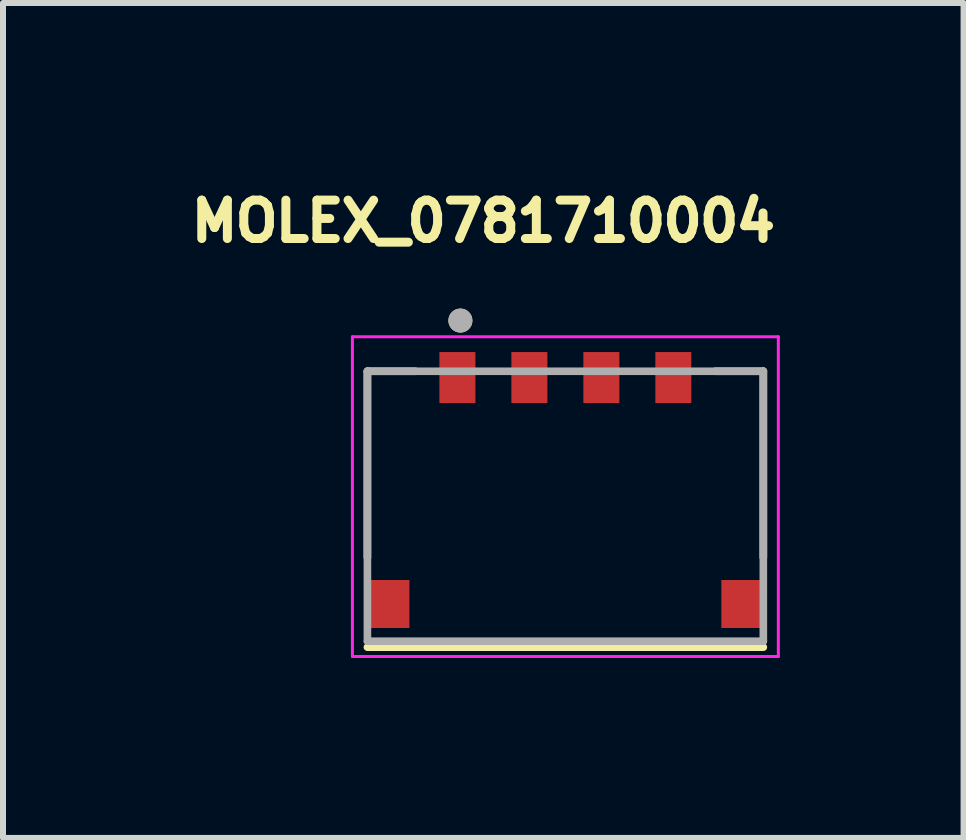
<source format=kicad_pcb>
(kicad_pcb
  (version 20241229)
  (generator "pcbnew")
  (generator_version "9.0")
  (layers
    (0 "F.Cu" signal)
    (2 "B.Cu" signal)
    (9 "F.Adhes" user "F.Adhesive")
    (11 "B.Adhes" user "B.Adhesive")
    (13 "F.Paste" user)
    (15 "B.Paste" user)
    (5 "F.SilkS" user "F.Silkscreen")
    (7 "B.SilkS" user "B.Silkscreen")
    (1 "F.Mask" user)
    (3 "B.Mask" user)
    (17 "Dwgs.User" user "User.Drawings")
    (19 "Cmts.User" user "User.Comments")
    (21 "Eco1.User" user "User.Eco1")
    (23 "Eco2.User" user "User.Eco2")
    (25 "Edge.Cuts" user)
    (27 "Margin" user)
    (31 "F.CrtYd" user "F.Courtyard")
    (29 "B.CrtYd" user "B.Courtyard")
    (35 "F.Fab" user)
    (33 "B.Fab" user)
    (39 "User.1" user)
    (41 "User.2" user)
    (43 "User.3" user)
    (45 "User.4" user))
  (footprint "MOLEX_0781710004"
    (layer "F.Cu")
    (at 6.375 3.244)
    (property "Reference" "MOLEX_0781710004" (at -1.368 -2.606 0) (layer "F.SilkS") (effects (font (size 0.64 0.64) (thickness 0.15))))
    (attr through_hole)
    (fp_line (start -3.3 -0.105) (end -3.3 3) (stroke (width 0.127) (type solid)) (layer "F.SilkS"))
    (fp_line (start -3.3 4.495) (end 3.3 4.495) (stroke (width 0.127) (type solid)) (layer "F.SilkS"))
    (fp_line (start -2.5 -0.105) (end -3.3 -0.105) (stroke (width 0.127) (type solid)) (layer "F.SilkS"))
    (fp_line (start 2.5 -0.105) (end 3.3 -0.105) (stroke (width 0.127) (type solid)) (layer "F.SilkS"))
    (fp_line (start 3.3 -0.105) (end 3.3 3) (stroke (width 0.127) (type solid)) (layer "F.SilkS"))
    (fp_circle (center -1.75 -0.95) (end -1.65 -0.95) (stroke (width 0.2) (type solid)) (fill no) (layer "F.SilkS"))
    (fp_line (start -3.55 -0.68) (end -3.55 4.65) (stroke (width 0.05) (type solid)) (layer "F.CrtYd"))
    (fp_line (start -3.55 4.65) (end 3.55 4.65) (stroke (width 0.05) (type solid)) (layer "F.CrtYd"))
    (fp_line (start 3.55 -0.68) (end -3.55 -0.68) (stroke (width 0.05) (type solid)) (layer "F.CrtYd"))
    (fp_line (start 3.55 4.65) (end 3.55 -0.68) (stroke (width 0.05) (type solid)) (layer "F.CrtYd"))
    (fp_line (start -3.3 -0.105) (end -3.3 4.395) (stroke (width 0.127) (type solid)) (layer "F.Fab"))
    (fp_line (start -3.3 4.395) (end 3.3 4.395) (stroke (width 0.127) (type solid)) (layer "F.Fab"))
    (fp_line (start 3.3 -0.105) (end -3.3 -0.105) (stroke (width 0.127) (type solid)) (layer "F.Fab"))
    (fp_line (start 3.3 4.395) (end 3.3 -0.105) (stroke (width 0.127) (type solid)) (layer "F.Fab"))
    (fp_circle (center -1.75 -0.95) (end -1.65 -0.95) (stroke (width 0.2) (type solid)) (fill no) (layer "F.Fab"))
    (pad "1" smd rect (at -1.8 0) (size 0.6 0.85) (layers "F.Cu" "F.Mask" "F.Paste"))
    (pad "2" smd rect (at -0.6 0) (size 0.6 0.85) (layers "F.Cu" "F.Mask" "F.Paste"))
    (pad "3" smd rect (at 0.6 0) (size 0.6 0.85) (layers "F.Cu" "F.Mask" "F.Paste"))
    (pad "4" smd rect (at 1.8 0) (size 0.6 0.85) (layers "F.Cu" "F.Mask" "F.Paste"))
    (pad "S1" smd rect (at 2.95 3.775) (size 0.7 0.8) (layers "F.Cu" "F.Mask" "F.Paste"))
    (pad "S2" smd rect (at -2.95 3.775) (size 0.7 0.8) (layers "F.Cu" "F.Mask" "F.Paste")))
  (gr_rect
    (start -3 -3)
    (end 13.013 10.919)
    (stroke (width 0.1) (type default))
    (fill no)
    (layer "Edge.Cuts")))
</source>
